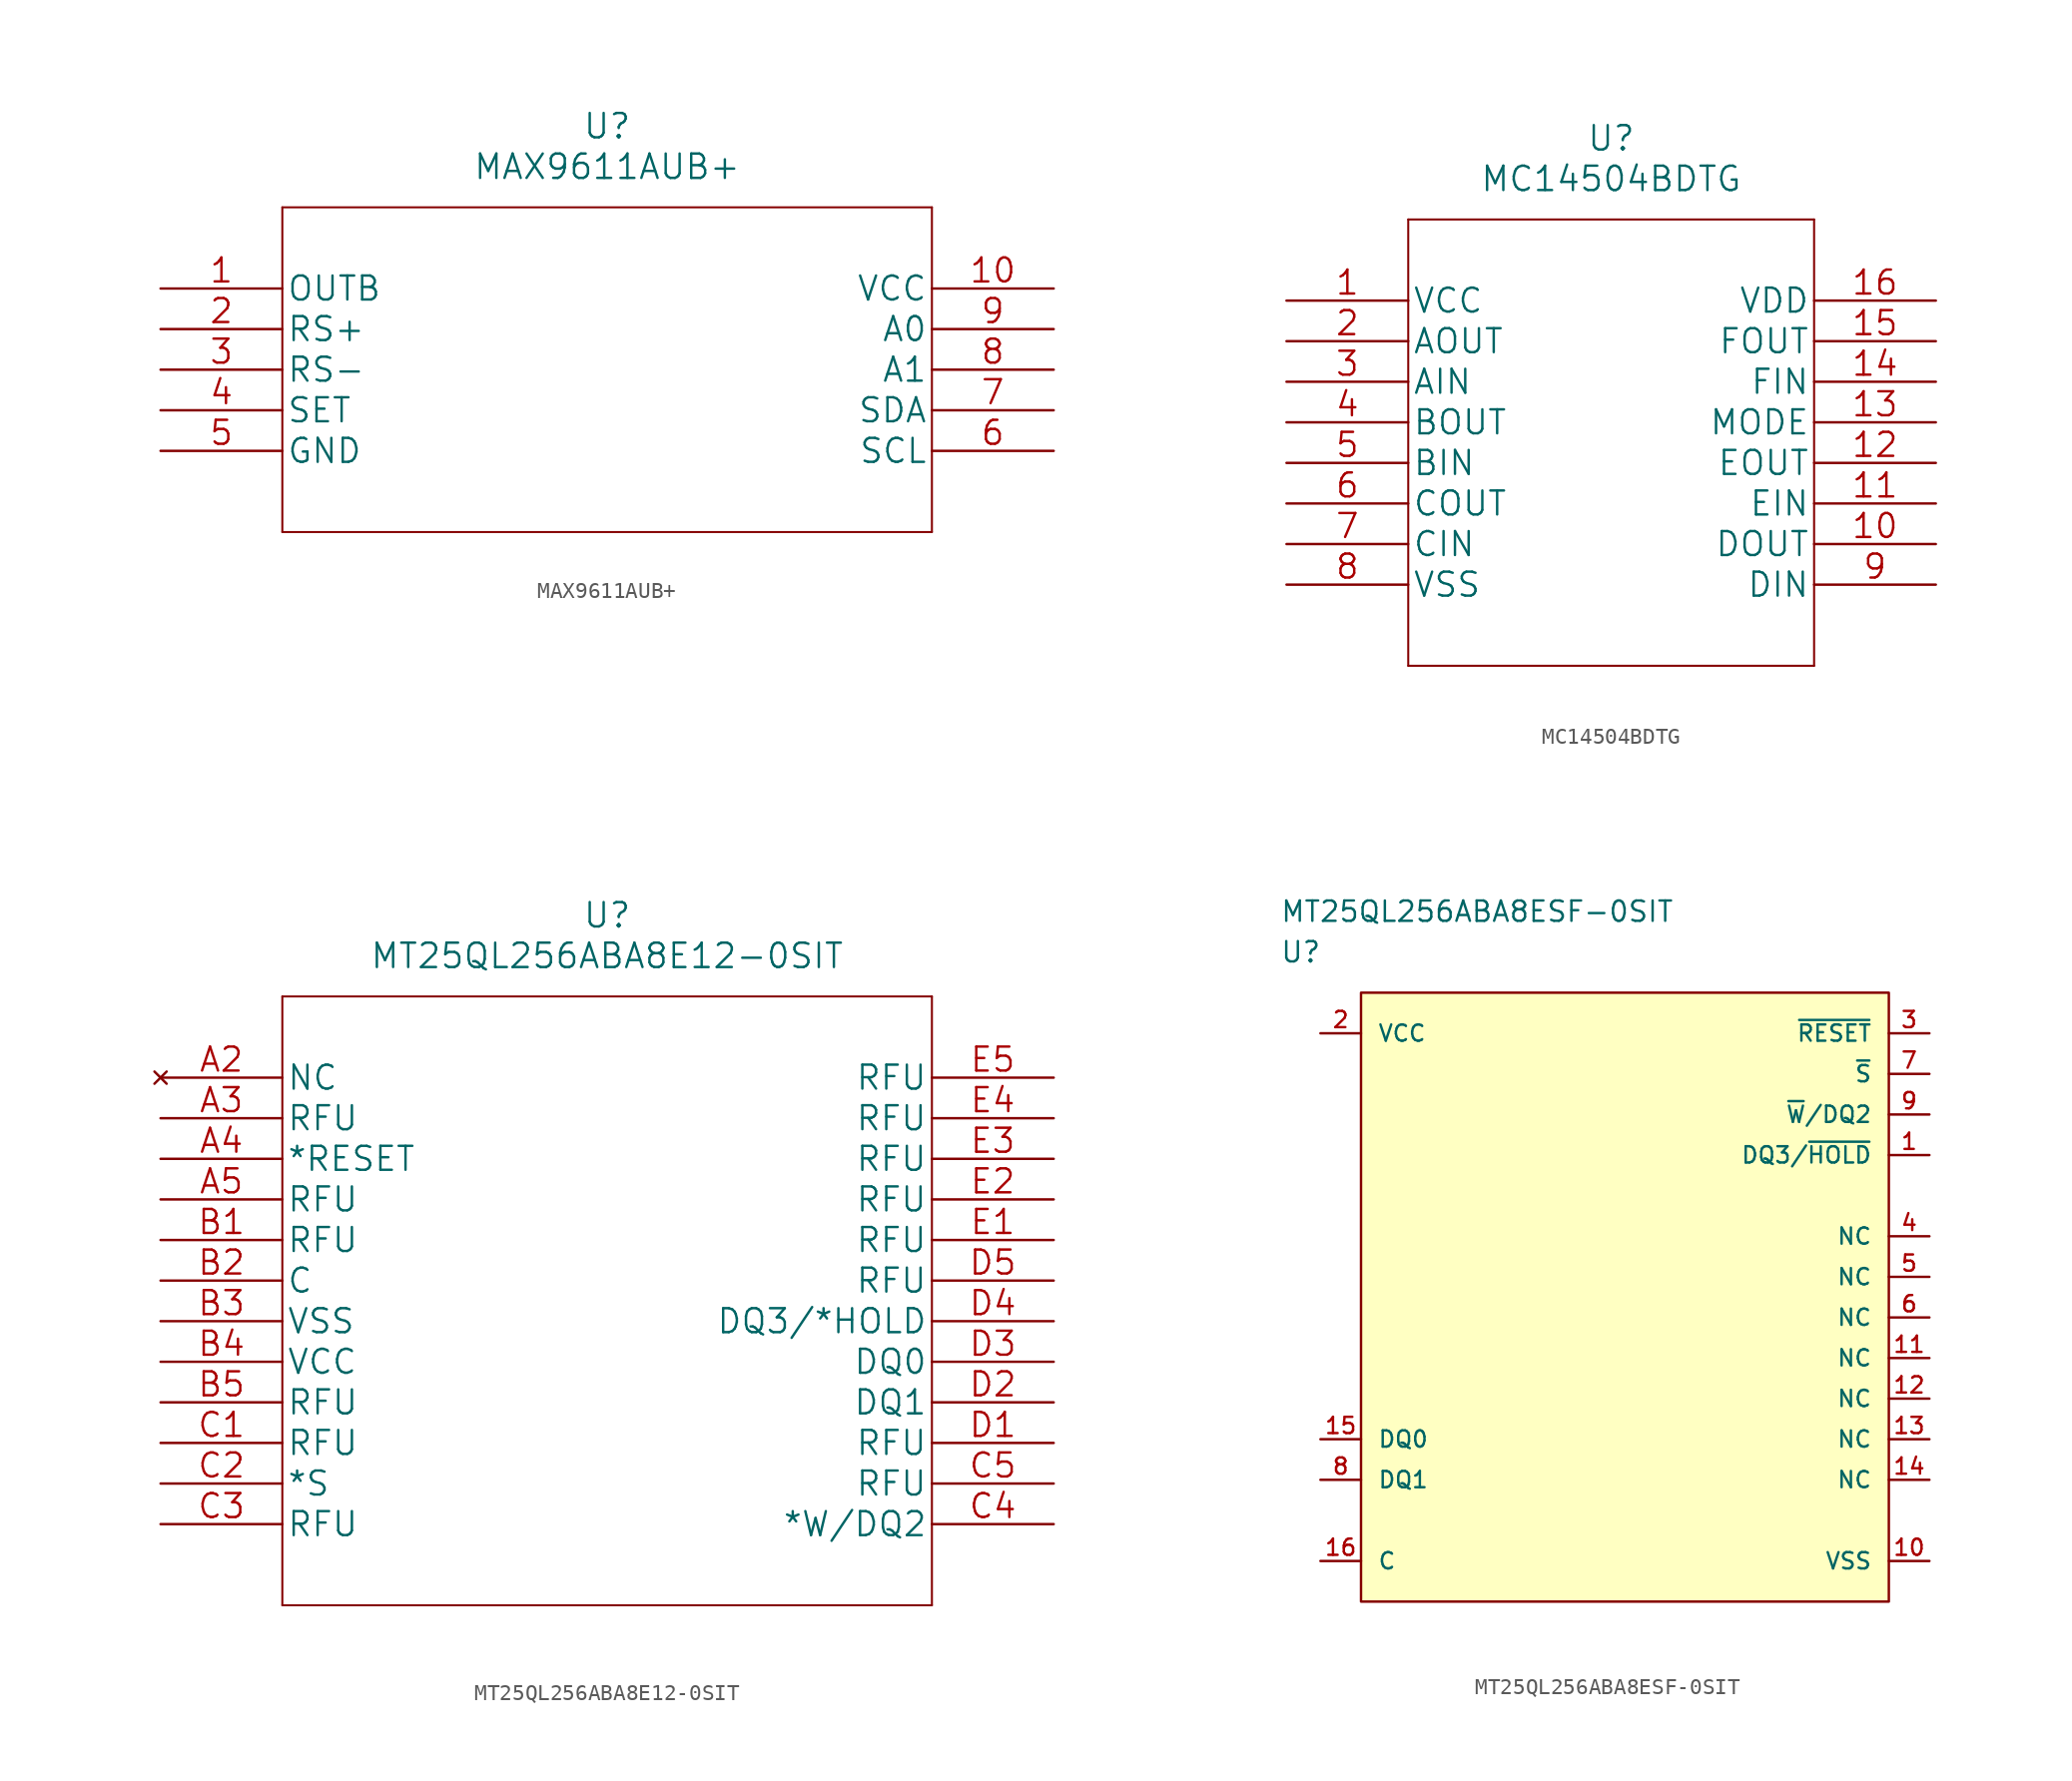
<source format=kicad_sym>
(kicad_symbol_lib
  (version 20211014)
  (generator kicad_symbol_editor)
  (symbol "MAX9611AUB+"
    (pin_names
      (offset 0.254))
    (property "Reference" "U"
      (at 27.94 10.16 0)
      (effects (font (size 1.524 1.524))))
    (property "Value" "MAX9611AUB+"
      (at 27.94 7.62 0)
      (effects (font (size 1.524 1.524))))
    (property "Datasheet" ""
      (at 0 0 0)
      (effects (font (size 1.524 1.524))))
    (property "ki_locked" ""
      (at 0 0 0)
      (effects (font (size 1.27 1.27))))
    (symbol "MAX9611AUB+_1_1"
      (polyline (pts (xy 7.62 -15.24) (xy 48.26 -15.24)) (stroke (width 0.127) (type default) (color 0 0 0 0)) (fill (type none)))
      (polyline (pts (xy 7.62 5.08) (xy 7.62 -15.24)) (stroke (width 0.127) (type default) (color 0 0 0 0)) (fill (type none)))
      (polyline (pts (xy 48.26 -15.24) (xy 48.26 5.08)) (stroke (width 0.127) (type default) (color 0 0 0 0)) (fill (type none)))
      (polyline (pts (xy 48.26 5.08) (xy 7.62 5.08)) (stroke (width 0.127) (type default) (color 0 0 0 0)) (fill (type none)))
      (pin output line (at 0 0 0) (length 7.62) (name "OUTB" (effects (font (size 1.499 1.499)))) (number "1" (effects (font (size 1.499 1.499)))))
      (pin power_in line (at 55.88 0 180) (length 7.62) (name "VCC" (effects (font (size 1.499 1.499)))) (number "10" (effects (font (size 1.499 1.499)))))
      (pin input line (at 0 -2.54 0) (length 7.62) (name "RS+" (effects (font (size 1.499 1.499)))) (number "2" (effects (font (size 1.499 1.499)))))
      (pin input line (at 0 -5.08 0) (length 7.62) (name "RS-" (effects (font (size 1.499 1.499)))) (number "3" (effects (font (size 1.499 1.499)))))
      (pin passive line (at 0 -7.62 0) (length 7.62) (name "SET" (effects (font (size 1.499 1.499)))) (number "4" (effects (font (size 1.499 1.499)))))
      (pin power_in line (at 0 -10.16 0) (length 7.62) (name "GND" (effects (font (size 1.499 1.499)))) (number "5" (effects (font (size 1.499 1.499)))))
      (pin input line (at 55.88 -10.16 180) (length 7.62) (name "SCL" (effects (font (size 1.499 1.499)))) (number "6" (effects (font (size 1.499 1.499)))))
      (pin bidirectional line (at 55.88 -7.62 180) (length 7.62) (name "SDA" (effects (font (size 1.499 1.499)))) (number "7" (effects (font (size 1.499 1.499)))))
      (pin input line (at 55.88 -5.08 180) (length 7.62) (name "A1" (effects (font (size 1.499 1.499)))) (number "8" (effects (font (size 1.499 1.499)))))
      (pin input line (at 55.88 -2.54 180) (length 7.62) (name "A0" (effects (font (size 1.499 1.499)))) (number "9" (effects (font (size 1.499 1.499)))))))
  (symbol "MC14504BDTG"
    (pin_names
      (offset 0.254))
    (property "Reference" "U"
      (at 20.32 10.16 0)
      (effects (font (size 1.524 1.524))))
    (property "Value" "MC14504BDTG"
      (at 20.32 7.62 0)
      (effects (font (size 1.524 1.524))))
    (property "Datasheet" ""
      (at 0 0 0)
      (effects (font (size 1.524 1.524))))
    (property "ki_locked" ""
      (at 0 0 0)
      (effects (font (size 1.27 1.27))))
    (symbol "MC14504BDTG_1_1"
      (polyline (pts (xy 7.62 -22.86) (xy 33.02 -22.86)) (stroke (width 0.127) (type default) (color 0 0 0 0)) (fill (type none)))
      (polyline (pts (xy 7.62 5.08) (xy 7.62 -22.86)) (stroke (width 0.127) (type default) (color 0 0 0 0)) (fill (type none)))
      (polyline (pts (xy 33.02 -22.86) (xy 33.02 5.08)) (stroke (width 0.127) (type default) (color 0 0 0 0)) (fill (type none)))
      (polyline (pts (xy 33.02 5.08) (xy 7.62 5.08)) (stroke (width 0.127) (type default) (color 0 0 0 0)) (fill (type none)))
      (pin power_in line (at 0 0 0) (length 7.62) (name "VCC" (effects (font (size 1.499 1.499)))) (number "1" (effects (font (size 1.499 1.499)))))
      (pin output line (at 40.64 -15.24 180) (length 7.62) (name "DOUT" (effects (font (size 1.499 1.499)))) (number "10" (effects (font (size 1.499 1.499)))))
      (pin input line (at 40.64 -12.7 180) (length 7.62) (name "EIN" (effects (font (size 1.499 1.499)))) (number "11" (effects (font (size 1.499 1.499)))))
      (pin output line (at 40.64 -10.16 180) (length 7.62) (name "EOUT" (effects (font (size 1.499 1.499)))) (number "12" (effects (font (size 1.499 1.499)))))
      (pin passive line (at 40.64 -7.62 180) (length 7.62) (name "MODE" (effects (font (size 1.499 1.499)))) (number "13" (effects (font (size 1.499 1.499)))))
      (pin input line (at 40.64 -5.08 180) (length 7.62) (name "FIN" (effects (font (size 1.499 1.499)))) (number "14" (effects (font (size 1.499 1.499)))))
      (pin output line (at 40.64 -2.54 180) (length 7.62) (name "FOUT" (effects (font (size 1.499 1.499)))) (number "15" (effects (font (size 1.499 1.499)))))
      (pin power_in line (at 40.64 0 180) (length 7.62) (name "VDD" (effects (font (size 1.499 1.499)))) (number "16" (effects (font (size 1.499 1.499)))))
      (pin output line (at 0 -2.54 0) (length 7.62) (name "AOUT" (effects (font (size 1.499 1.499)))) (number "2" (effects (font (size 1.499 1.499)))))
      (pin input line (at 0 -5.08 0) (length 7.62) (name "AIN" (effects (font (size 1.499 1.499)))) (number "3" (effects (font (size 1.499 1.499)))))
      (pin output line (at 0 -7.62 0) (length 7.62) (name "BOUT" (effects (font (size 1.499 1.499)))) (number "4" (effects (font (size 1.499 1.499)))))
      (pin input line (at 0 -10.16 0) (length 7.62) (name "BIN" (effects (font (size 1.499 1.499)))) (number "5" (effects (font (size 1.499 1.499)))))
      (pin output line (at 0 -12.7 0) (length 7.62) (name "COUT" (effects (font (size 1.499 1.499)))) (number "6" (effects (font (size 1.499 1.499)))))
      (pin input line (at 0 -15.24 0) (length 7.62) (name "CIN" (effects (font (size 1.499 1.499)))) (number "7" (effects (font (size 1.499 1.499)))))
      (pin power_in line (at 0 -17.78 0) (length 7.62) (name "VSS" (effects (font (size 1.499 1.499)))) (number "8" (effects (font (size 1.499 1.499)))))
      (pin input line (at 40.64 -17.78 180) (length 7.62) (name "DIN" (effects (font (size 1.499 1.499)))) (number "9" (effects (font (size 1.499 1.499)))))))
  (symbol "MT25QL256ABA8E12-0SIT"
    (pin_names
      (offset 0.254))
    (property "Reference" "U"
      (at 27.94 10.16 0)
      (effects (font (size 1.524 1.524))))
    (property "Value" "MT25QL256ABA8E12-0SIT"
      (at 27.94 7.62 0)
      (effects (font (size 1.524 1.524))))
    (property "Datasheet" ""
      (at 0 0 0)
      (effects (font (size 1.524 1.524))))
    (property "ki_locked" ""
      (at 0 0 0)
      (effects (font (size 1.27 1.27))))
    (symbol "MT25QL256ABA8E12-0SIT_1_1"
      (polyline (pts (xy 7.62 -33.02) (xy 48.26 -33.02)) (stroke (width 0.127) (type default) (color 0 0 0 0)) (fill (type none)))
      (polyline (pts (xy 7.62 5.08) (xy 7.62 -33.02)) (stroke (width 0.127) (type default) (color 0 0 0 0)) (fill (type none)))
      (polyline (pts (xy 48.26 -33.02) (xy 48.26 5.08)) (stroke (width 0.127) (type default) (color 0 0 0 0)) (fill (type none)))
      (polyline (pts (xy 48.26 5.08) (xy 7.62 5.08)) (stroke (width 0.127) (type default) (color 0 0 0 0)) (fill (type none)))
      (pin no_connect line (at 0 0 0) (length 7.62) (name "NC" (effects (font (size 1.499 1.499)))) (number "A2" (effects (font (size 1.499 1.499)))))
      (pin unspecified line (at 0 -2.54 0) (length 7.62) (name "RFU" (effects (font (size 1.499 1.499)))) (number "A3" (effects (font (size 1.499 1.499)))))
      (pin input line (at 0 -5.08 0) (length 7.62) (name "*RESET" (effects (font (size 1.499 1.499)))) (number "A4" (effects (font (size 1.499 1.499)))))
      (pin unspecified line (at 0 -7.62 0) (length 7.62) (name "RFU" (effects (font (size 1.499 1.499)))) (number "A5" (effects (font (size 1.499 1.499)))))
      (pin unspecified line (at 0 -10.16 0) (length 7.62) (name "RFU" (effects (font (size 1.499 1.499)))) (number "B1" (effects (font (size 1.499 1.499)))))
      (pin input line (at 0 -12.7 0) (length 7.62) (name "C" (effects (font (size 1.499 1.499)))) (number "B2" (effects (font (size 1.499 1.499)))))
      (pin power_in line (at 0 -15.24 0) (length 7.62) (name "VSS" (effects (font (size 1.499 1.499)))) (number "B3" (effects (font (size 1.499 1.499)))))
      (pin power_in line (at 0 -17.78 0) (length 7.62) (name "VCC" (effects (font (size 1.499 1.499)))) (number "B4" (effects (font (size 1.499 1.499)))))
      (pin unspecified line (at 0 -20.32 0) (length 7.62) (name "RFU" (effects (font (size 1.499 1.499)))) (number "B5" (effects (font (size 1.499 1.499)))))
      (pin unspecified line (at 0 -22.86 0) (length 7.62) (name "RFU" (effects (font (size 1.499 1.499)))) (number "C1" (effects (font (size 1.499 1.499)))))
      (pin input line (at 0 -25.4 0) (length 7.62) (name "*S" (effects (font (size 1.499 1.499)))) (number "C2" (effects (font (size 1.499 1.499)))))
      (pin unspecified line (at 0 -27.94 0) (length 7.62) (name "RFU" (effects (font (size 1.499 1.499)))) (number "C3" (effects (font (size 1.499 1.499)))))
      (pin bidirectional line (at 55.88 -27.94 180) (length 7.62) (name "*W/DQ2" (effects (font (size 1.499 1.499)))) (number "C4" (effects (font (size 1.499 1.499)))))
      (pin unspecified line (at 55.88 -25.4 180) (length 7.62) (name "RFU" (effects (font (size 1.499 1.499)))) (number "C5" (effects (font (size 1.499 1.499)))))
      (pin unspecified line (at 55.88 -22.86 180) (length 7.62) (name "RFU" (effects (font (size 1.499 1.499)))) (number "D1" (effects (font (size 1.499 1.499)))))
      (pin bidirectional line (at 55.88 -20.32 180) (length 7.62) (name "DQ1" (effects (font (size 1.499 1.499)))) (number "D2" (effects (font (size 1.499 1.499)))))
      (pin bidirectional line (at 55.88 -17.78 180) (length 7.62) (name "DQ0" (effects (font (size 1.499 1.499)))) (number "D3" (effects (font (size 1.499 1.499)))))
      (pin bidirectional line (at 55.88 -15.24 180) (length 7.62) (name "DQ3/*HOLD" (effects (font (size 1.499 1.499)))) (number "D4" (effects (font (size 1.499 1.499)))))
      (pin unspecified line (at 55.88 -12.7 180) (length 7.62) (name "RFU" (effects (font (size 1.499 1.499)))) (number "D5" (effects (font (size 1.499 1.499)))))
      (pin unspecified line (at 55.88 -10.16 180) (length 7.62) (name "RFU" (effects (font (size 1.499 1.499)))) (number "E1" (effects (font (size 1.499 1.499)))))
      (pin unspecified line (at 55.88 -7.62 180) (length 7.62) (name "RFU" (effects (font (size 1.499 1.499)))) (number "E2" (effects (font (size 1.499 1.499)))))
      (pin unspecified line (at 55.88 -5.08 180) (length 7.62) (name "RFU" (effects (font (size 1.499 1.499)))) (number "E3" (effects (font (size 1.499 1.499)))))
      (pin unspecified line (at 55.88 -2.54 180) (length 7.62) (name "RFU" (effects (font (size 1.499 1.499)))) (number "E4" (effects (font (size 1.499 1.499)))))
      (pin unspecified line (at 55.88 0 180) (length 7.62) (name "RFU" (effects (font (size 1.499 1.499)))) (number "E5" (effects (font (size 1.499 1.499)))))))
  (symbol "MT25QL256ABA8ESF-0SIT"
    (pin_names
      (offset 1.016))
    (property "Reference" "U"
      (at 0 5.08 0)
      (effects (font (size 1.27 1.27)) (justify left)))
    (property "Value" "MT25QL256ABA8ESF-0SIT"
      (at 0 7.62 0)
      (effects (font (size 1.27 1.27)) (justify left)))
    (property "ki_locked" ""
      (at 0 0 0)
      (effects (font (size 1.27 1.27))))
    (symbol "MT25QL256ABA8ESF-0SIT_1_1"
      (rectangle (start 5.08 2.54) (end 38.1 -35.56) (stroke (width 0) (type default) (color 0 0 0 0)) (fill (type background)))
      (pin bidirectional line (at 40.64 -7.62 180) (length 2.54) (name "DQ3/~{HOLD}" (effects (font (size 1.016 1.016)))) (number "1" (effects (font (size 1.016 1.016)))))
      (pin power_in line (at 40.64 -33.02 180) (length 2.54) (name "VSS" (effects (font (size 1.016 1.016)))) (number "10" (effects (font (size 1.016 1.016)))))
      (pin passive line (at 40.64 -20.32 180) (length 2.54) (name "NC" (effects (font (size 1.016 1.016)))) (number "11" (effects (font (size 1.016 1.016)))))
      (pin passive line (at 40.64 -22.86 180) (length 2.54) (name "NC" (effects (font (size 1.016 1.016)))) (number "12" (effects (font (size 1.016 1.016)))))
      (pin passive line (at 40.64 -25.4 180) (length 2.54) (name "NC" (effects (font (size 1.016 1.016)))) (number "13" (effects (font (size 1.016 1.016)))))
      (pin unspecified line (at 40.64 -27.94 180) (length 2.54) (name "NC" (effects (font (size 1.016 1.016)))) (number "14" (effects (font (size 1.016 1.016)))))
      (pin bidirectional line (at 2.54 -25.4 0) (length 2.54) (name "DQ0" (effects (font (size 1.016 1.016)))) (number "15" (effects (font (size 1.016 1.016)))))
      (pin input line (at 2.54 -33.02 0) (length 2.54) (name "C" (effects (font (size 1.016 1.016)))) (number "16" (effects (font (size 1.016 1.016)))))
      (pin power_in line (at 2.54 0 0) (length 2.54) (name "VCC" (effects (font (size 1.016 1.016)))) (number "2" (effects (font (size 1.016 1.016)))))
      (pin input line (at 40.64 0 180) (length 2.54) (name "~{RESET}" (effects (font (size 1.016 1.016)))) (number "3" (effects (font (size 1.016 1.016)))))
      (pin passive line (at 40.64 -12.7 180) (length 2.54) (name "NC" (effects (font (size 1.016 1.016)))) (number "4" (effects (font (size 1.016 1.016)))))
      (pin passive line (at 40.64 -15.24 180) (length 2.54) (name "NC" (effects (font (size 1.016 1.016)))) (number "5" (effects (font (size 1.016 1.016)))))
      (pin passive line (at 40.64 -17.78 180) (length 2.54) (name "NC" (effects (font (size 1.016 1.016)))) (number "6" (effects (font (size 1.016 1.016)))))
      (pin input line (at 40.64 -2.54 180) (length 2.54) (name "~{S}" (effects (font (size 1.016 1.016)))) (number "7" (effects (font (size 1.016 1.016)))))
      (pin bidirectional line (at 2.54 -27.94 0) (length 2.54) (name "DQ1" (effects (font (size 1.016 1.016)))) (number "8" (effects (font (size 1.016 1.016)))))
      (pin bidirectional line (at 40.64 -5.08 180) (length 2.54) (name "~{W}/DQ2" (effects (font (size 1.016 1.016)))) (number "9" (effects (font (size 1.016 1.016))))))))
</source>
